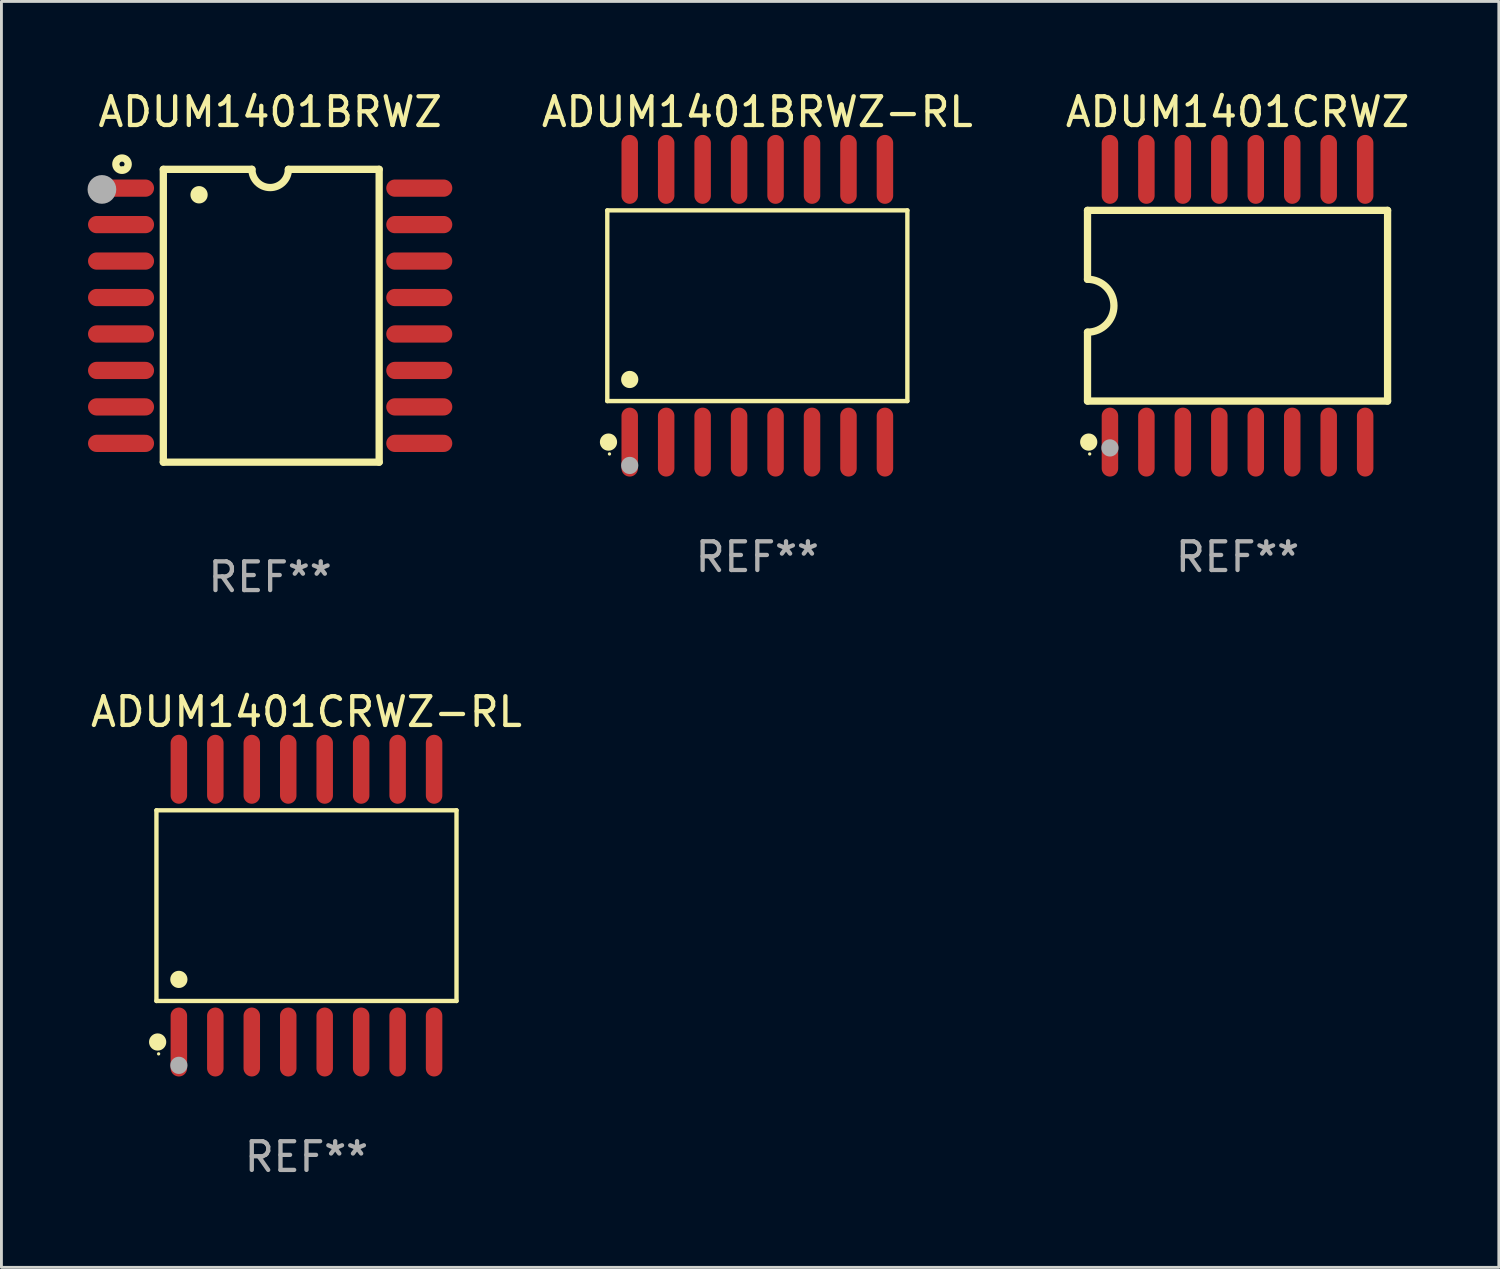
<source format=kicad_pcb>
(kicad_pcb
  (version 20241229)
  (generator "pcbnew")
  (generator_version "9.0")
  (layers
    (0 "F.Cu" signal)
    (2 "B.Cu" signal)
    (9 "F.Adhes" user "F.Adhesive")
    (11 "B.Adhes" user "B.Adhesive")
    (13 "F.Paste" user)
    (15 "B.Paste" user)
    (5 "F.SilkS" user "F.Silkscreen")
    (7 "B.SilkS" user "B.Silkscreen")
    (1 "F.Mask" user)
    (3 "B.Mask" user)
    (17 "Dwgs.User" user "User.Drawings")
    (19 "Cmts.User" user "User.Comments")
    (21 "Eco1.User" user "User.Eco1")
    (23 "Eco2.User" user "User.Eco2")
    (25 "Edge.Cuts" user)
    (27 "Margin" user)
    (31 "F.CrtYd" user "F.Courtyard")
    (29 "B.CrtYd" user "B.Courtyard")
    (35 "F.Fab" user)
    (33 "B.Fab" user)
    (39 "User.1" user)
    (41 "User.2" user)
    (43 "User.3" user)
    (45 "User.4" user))
  (footprint "ADUM1401BRWZ-RL"
    (layer "F.Cu")
    (at 23.329 7.599)
    (property "Reference" "ADUM1401BRWZ-RL" (at 0 -6.75 0) (layer "F.SilkS") (effects (font (size 1 1) (thickness 0.15))))
    (attr through_hole)
    (fp_line (start -5.226 -3.321) (end 5.226 -3.321) (stroke (width 0.152) (type solid)) (layer "F.SilkS"))
    (fp_line (start -5.226 3.321) (end -5.226 -3.321) (stroke (width 0.152) (type solid)) (layer "F.SilkS"))
    (fp_line (start 5.226 -3.321) (end 5.226 3.321) (stroke (width 0.152) (type solid)) (layer "F.SilkS"))
    (fp_line (start 5.226 3.321) (end -5.226 3.321) (stroke (width 0.152) (type solid)) (layer "F.SilkS"))
    (fp_circle (center -5.184 4.75) (end -5.034 4.75) (stroke (width 0.3) (type solid)) (fill no) (layer "F.SilkS"))
    (fp_circle (center -5.15 5.163) (end -5.12 5.163) (stroke (width 0.06) (type solid)) (fill no) (layer "F.SilkS"))
    (fp_circle (center -4.445 2.569) (end -4.295 2.569) (stroke (width 0.3) (type solid)) (fill no) (layer "F.SilkS"))
    (fp_circle (center -4.445 5.563) (end -4.295 5.563) (stroke (width 0.3) (type solid)) (fill no) (layer "F.Fab"))
    (fp_text user "REF**" (at 0 8.75 0) (layer "F.Fab") (effects (font (size 1 1) (thickness 0.15))))
    (pad "1" smd oval (at -4.445 4.75) (size 0.574 2.401) (layers "F.Cu" "F.Mask" "F.Paste"))
    (pad "2" smd oval (at -3.175 4.75) (size 0.574 2.401) (layers "F.Cu" "F.Mask" "F.Paste"))
    (pad "3" smd oval (at -1.905 4.75) (size 0.574 2.401) (layers "F.Cu" "F.Mask" "F.Paste"))
    (pad "4" smd oval (at -0.635 4.75) (size 0.574 2.401) (layers "F.Cu" "F.Mask" "F.Paste"))
    (pad "5" smd oval (at 0.635 4.75) (size 0.574 2.401) (layers "F.Cu" "F.Mask" "F.Paste"))
    (pad "6" smd oval (at 1.905 4.75) (size 0.574 2.401) (layers "F.Cu" "F.Mask" "F.Paste"))
    (pad "7" smd oval (at 3.175 4.75) (size 0.574 2.401) (layers "F.Cu" "F.Mask" "F.Paste"))
    (pad "8" smd oval (at 4.445 4.75) (size 0.574 2.401) (layers "F.Cu" "F.Mask" "F.Paste"))
    (pad "9" smd oval (at 4.445 -4.75) (size 0.574 2.401) (layers "F.Cu" "F.Mask" "F.Paste"))
    (pad "10" smd oval (at 3.175 -4.75) (size 0.574 2.401) (layers "F.Cu" "F.Mask" "F.Paste"))
    (pad "11" smd oval (at 1.905 -4.75) (size 0.574 2.401) (layers "F.Cu" "F.Mask" "F.Paste"))
    (pad "12" smd oval (at 0.635 -4.75) (size 0.574 2.401) (layers "F.Cu" "F.Mask" "F.Paste"))
    (pad "13" smd oval (at -0.635 -4.75) (size 0.574 2.401) (layers "F.Cu" "F.Mask" "F.Paste"))
    (pad "14" smd oval (at -1.905 -4.75) (size 0.574 2.401) (layers "F.Cu" "F.Mask" "F.Paste"))
    (pad "15" smd oval (at -3.175 -4.75) (size 0.574 2.401) (layers "F.Cu" "F.Mask" "F.Paste"))
    (pad "16" smd oval (at -4.445 -4.75) (size 0.574 2.401) (layers "F.Cu" "F.Mask" "F.Paste")))
  (footprint "ADUM1401CRWZ"
    (layer "F.Cu")
    (at 40.056 7.599)
    (property "Reference" "ADUM1401CRWZ" (at 0 -6.75 0) (layer "F.SilkS") (effects (font (size 1 1) (thickness 0.15))))
    (attr through_hole)
    (fp_line (start -5.226 -3.321) (end -5.226 -0.921) (stroke (width 0.254) (type solid)) (layer "F.SilkS"))
    (fp_line (start -5.226 -3.321) (end 5.226 -3.321) (stroke (width 0.254) (type solid)) (layer "F.SilkS"))
    (fp_line (start -5.226 3.321) (end -5.226 0.921) (stroke (width 0.254) (type solid)) (layer "F.SilkS"))
    (fp_line (start 5.226 -3.321) (end 5.226 3.321) (stroke (width 0.254) (type solid)) (layer "F.SilkS"))
    (fp_line (start 5.226 3.321) (end -5.226 3.321) (stroke (width 0.254) (type solid)) (layer "F.SilkS"))
    (fp_arc (start -5.226594 -0.920751) (mid -4.305538 0.000127) (end -5.226238 0.921361) (stroke (width 0.254001) (type solid)) (layer "F.SilkS"))
    (fp_circle (center -5.184 4.75) (end -5.034 4.75) (stroke (width 0.3) (type solid)) (fill no) (layer "F.SilkS"))
    (fp_circle (center -5.15 5.163) (end -5.12 5.163) (stroke (width 0.06) (type solid)) (fill no) (layer "F.SilkS"))
    (fp_circle (center -4.445 4.953) (end -4.295 4.953) (stroke (width 0.3) (type solid)) (fill no) (layer "F.Fab"))
    (fp_text user "REF**" (at 0 8.75 0) (layer "F.Fab") (effects (font (size 1 1) (thickness 0.15))))
    (pad "1" smd oval (at -4.445 4.75) (size 0.574 2.401) (layers "F.Cu" "F.Mask" "F.Paste"))
    (pad "2" smd oval (at -3.175 4.75) (size 0.574 2.401) (layers "F.Cu" "F.Mask" "F.Paste"))
    (pad "3" smd oval (at -1.905 4.75) (size 0.574 2.401) (layers "F.Cu" "F.Mask" "F.Paste"))
    (pad "4" smd oval (at -0.635 4.75) (size 0.574 2.401) (layers "F.Cu" "F.Mask" "F.Paste"))
    (pad "5" smd oval (at 0.635 4.75) (size 0.574 2.401) (layers "F.Cu" "F.Mask" "F.Paste"))
    (pad "6" smd oval (at 1.905 4.75) (size 0.574 2.401) (layers "F.Cu" "F.Mask" "F.Paste"))
    (pad "7" smd oval (at 3.175 4.75) (size 0.574 2.401) (layers "F.Cu" "F.Mask" "F.Paste"))
    (pad "8" smd oval (at 4.445 4.75) (size 0.574 2.401) (layers "F.Cu" "F.Mask" "F.Paste"))
    (pad "9" smd oval (at 4.445 -4.75) (size 0.574 2.401) (layers "F.Cu" "F.Mask" "F.Paste"))
    (pad "10" smd oval (at 3.175 -4.75) (size 0.574 2.401) (layers "F.Cu" "F.Mask" "F.Paste"))
    (pad "11" smd oval (at 1.905 -4.75) (size 0.574 2.401) (layers "F.Cu" "F.Mask" "F.Paste"))
    (pad "12" smd oval (at 0.635 -4.75) (size 0.574 2.401) (layers "F.Cu" "F.Mask" "F.Paste"))
    (pad "13" smd oval (at -0.635 -4.75) (size 0.574 2.401) (layers "F.Cu" "F.Mask" "F.Paste"))
    (pad "14" smd oval (at -1.905 -4.75) (size 0.574 2.401) (layers "F.Cu" "F.Mask" "F.Paste"))
    (pad "15" smd oval (at -3.175 -4.75) (size 0.574 2.401) (layers "F.Cu" "F.Mask" "F.Paste"))
    (pad "16" smd oval (at -4.445 -4.75) (size 0.574 2.401) (layers "F.Cu" "F.Mask" "F.Paste")))
  (footprint "ADUM1401BRWZ"
    (layer "F.Cu")
    (at 6.36 7.948)
    (property "Reference" "ADUM1401BRWZ" (at 0 -7.1 0) (layer "F.SilkS") (effects (font (size 1 1) (thickness 0.15))))
    (attr through_hole)
    (fp_line (start -3.721 -5.1) (end -3.721 5.1) (stroke (width 0.254) (type solid)) (layer "F.SilkS"))
    (fp_line (start -3.721 -5.1) (end -0.635 -5.1) (stroke (width 0.254) (type solid)) (layer "F.SilkS"))
    (fp_line (start -3.721 5.1) (end 3.797 5.1) (stroke (width 0.254) (type solid)) (layer "F.SilkS"))
    (fp_line (start 3.797 -5.1) (end 0.635 -5.1) (stroke (width 0.254) (type solid)) (layer "F.SilkS"))
    (fp_line (start 3.797 5.1) (end 3.797 -5.1) (stroke (width 0.254) (type solid)) (layer "F.SilkS"))
    (fp_arc (start -2.476556 -4.211328) (mid -2.476567 -4.213868) (end -2.476556 -4.216408) (stroke (width 0.6) (type solid)) (layer "F.SilkS"))
    (fp_arc (start 0.63495 -5.100076) (mid -0.000178 -4.465329) (end -0.635052 -5.10033) (stroke (width 0.254001) (type solid)) (layer "F.SilkS"))
    (fp_circle (center -5.16 -5.28) (end -4.945 -5.28) (stroke (width 0.254) (type solid)) (fill no) (layer "F.SilkS"))
    (fp_circle (center -5.15 -5.15) (end -5.12 -5.15) (stroke (width 0.06) (type solid)) (fill no) (layer "F.SilkS"))
    (fp_circle (center -5.86 -4.4) (end -5.61 -4.4) (stroke (width 0.5) (type solid)) (fill no) (layer "F.Fab"))
    (fp_text user "REF**" (at 0 9.1 0) (layer "F.Fab") (effects (font (size 1 1) (thickness 0.15))))
    (pad "1" smd oval (at -5.194 -4.445) (size 2.3 0.6) (layers "F.Cu" "F.Mask" "F.Paste"))
    (pad "2" smd oval (at -5.194 -3.175) (size 2.3 0.6) (layers "F.Cu" "F.Mask" "F.Paste"))
    (pad "3" smd oval (at -5.194 -1.905) (size 2.3 0.6) (layers "F.Cu" "F.Mask" "F.Paste"))
    (pad "4" smd oval (at -5.194 -0.635) (size 2.3 0.6) (layers "F.Cu" "F.Mask" "F.Paste"))
    (pad "5" smd oval (at -5.194 0.635) (size 2.3 0.6) (layers "F.Cu" "F.Mask" "F.Paste"))
    (pad "6" smd oval (at -5.194 1.905) (size 2.3 0.6) (layers "F.Cu" "F.Mask" "F.Paste"))
    (pad "7" smd oval (at -5.194 3.175) (size 2.3 0.6) (layers "F.Cu" "F.Mask" "F.Paste"))
    (pad "8" smd oval (at -5.194 4.445) (size 2.3 0.6) (layers "F.Cu" "F.Mask" "F.Paste"))
    (pad "9" smd oval (at 5.194 4.445) (size 2.3 0.6) (layers "F.Cu" "F.Mask" "F.Paste"))
    (pad "10" smd oval (at 5.194 3.175) (size 2.3 0.6) (layers "F.Cu" "F.Mask" "F.Paste"))
    (pad "11" smd oval (at 5.194 1.905) (size 2.3 0.6) (layers "F.Cu" "F.Mask" "F.Paste"))
    (pad "12" smd oval (at 5.194 0.635) (size 2.3 0.6) (layers "F.Cu" "F.Mask" "F.Paste"))
    (pad "13" smd oval (at 5.194 -0.635) (size 2.3 0.6) (layers "F.Cu" "F.Mask" "F.Paste"))
    (pad "14" smd oval (at 5.194 -1.905) (size 2.3 0.6) (layers "F.Cu" "F.Mask" "F.Paste"))
    (pad "15" smd oval (at 5.194 -3.175) (size 2.3 0.6) (layers "F.Cu" "F.Mask" "F.Paste"))
    (pad "16" smd oval (at 5.194 -4.445) (size 2.3 0.6) (layers "F.Cu" "F.Mask" "F.Paste")))
  (footprint "ADUM1401CRWZ-RL"
    (layer "F.Cu")
    (at 7.625 28.495)
    (property "Reference" "ADUM1401CRWZ-RL" (at 0 -6.75 0) (layer "F.SilkS") (effects (font (size 1 1) (thickness 0.15))))
    (attr through_hole)
    (fp_line (start -5.226 -3.321) (end 5.226 -3.321) (stroke (width 0.152) (type solid)) (layer "F.SilkS"))
    (fp_line (start -5.226 3.321) (end -5.226 -3.321) (stroke (width 0.152) (type solid)) (layer "F.SilkS"))
    (fp_line (start 5.226 -3.321) (end 5.226 3.321) (stroke (width 0.152) (type solid)) (layer "F.SilkS"))
    (fp_line (start 5.226 3.321) (end -5.226 3.321) (stroke (width 0.152) (type solid)) (layer "F.SilkS"))
    (fp_circle (center -5.184 4.75) (end -5.034 4.75) (stroke (width 0.3) (type solid)) (fill no) (layer "F.SilkS"))
    (fp_circle (center -5.15 5.163) (end -5.12 5.163) (stroke (width 0.06) (type solid)) (fill no) (layer "F.SilkS"))
    (fp_circle (center -4.445 2.569) (end -4.295 2.569) (stroke (width 0.3) (type solid)) (fill no) (layer "F.SilkS"))
    (fp_circle (center -4.445 5.563) (end -4.295 5.563) (stroke (width 0.3) (type solid)) (fill no) (layer "F.Fab"))
    (fp_text user "REF**" (at 0 8.75 0) (layer "F.Fab") (effects (font (size 1 1) (thickness 0.15))))
    (pad "1" smd oval (at -4.445 4.75) (size 0.574 2.401) (layers "F.Cu" "F.Mask" "F.Paste"))
    (pad "2" smd oval (at -3.175 4.75) (size 0.574 2.401) (layers "F.Cu" "F.Mask" "F.Paste"))
    (pad "3" smd oval (at -1.905 4.75) (size 0.574 2.401) (layers "F.Cu" "F.Mask" "F.Paste"))
    (pad "4" smd oval (at -0.635 4.75) (size 0.574 2.401) (layers "F.Cu" "F.Mask" "F.Paste"))
    (pad "5" smd oval (at 0.635 4.75) (size 0.574 2.401) (layers "F.Cu" "F.Mask" "F.Paste"))
    (pad "6" smd oval (at 1.905 4.75) (size 0.574 2.401) (layers "F.Cu" "F.Mask" "F.Paste"))
    (pad "7" smd oval (at 3.175 4.75) (size 0.574 2.401) (layers "F.Cu" "F.Mask" "F.Paste"))
    (pad "8" smd oval (at 4.445 4.75) (size 0.574 2.401) (layers "F.Cu" "F.Mask" "F.Paste"))
    (pad "9" smd oval (at 4.445 -4.75) (size 0.574 2.401) (layers "F.Cu" "F.Mask" "F.Paste"))
    (pad "10" smd oval (at 3.175 -4.75) (size 0.574 2.401) (layers "F.Cu" "F.Mask" "F.Paste"))
    (pad "11" smd oval (at 1.905 -4.75) (size 0.574 2.401) (layers "F.Cu" "F.Mask" "F.Paste"))
    (pad "12" smd oval (at 0.635 -4.75) (size 0.574 2.401) (layers "F.Cu" "F.Mask" "F.Paste"))
    (pad "13" smd oval (at -0.635 -4.75) (size 0.574 2.401) (layers "F.Cu" "F.Mask" "F.Paste"))
    (pad "14" smd oval (at -1.905 -4.75) (size 0.574 2.401) (layers "F.Cu" "F.Mask" "F.Paste"))
    (pad "15" smd oval (at -3.175 -4.75) (size 0.574 2.401) (layers "F.Cu" "F.Mask" "F.Paste"))
    (pad "16" smd oval (at -4.445 -4.75) (size 0.574 2.401) (layers "F.Cu" "F.Mask" "F.Paste")))
  (gr_rect
    (start -3 -3)
    (end 49.157 41.094)
    (stroke (width 0.1) (type default))
    (fill no)
    (layer "Edge.Cuts")))
</source>
